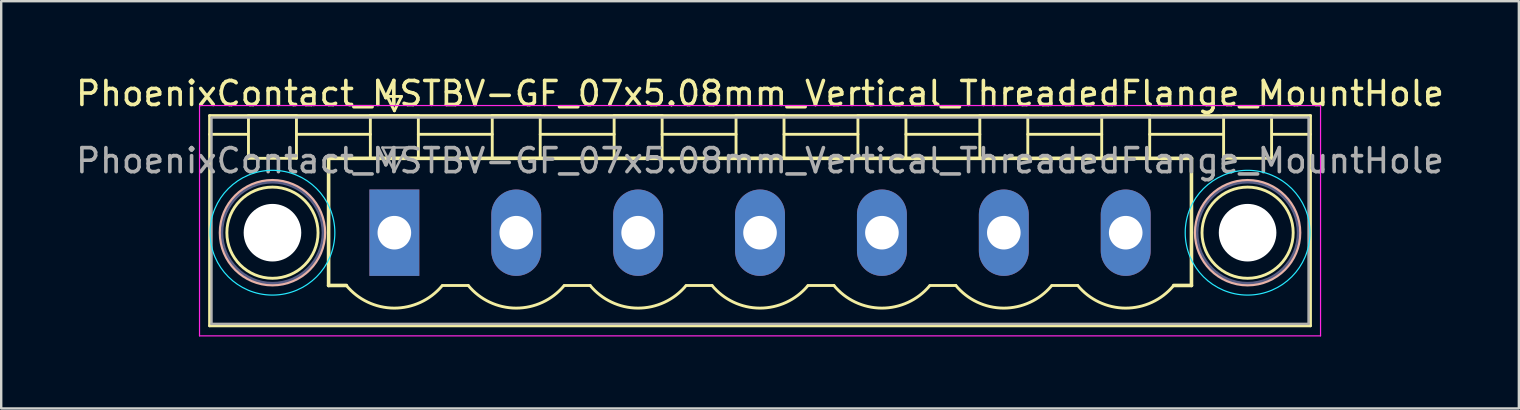
<source format=kicad_pcb>
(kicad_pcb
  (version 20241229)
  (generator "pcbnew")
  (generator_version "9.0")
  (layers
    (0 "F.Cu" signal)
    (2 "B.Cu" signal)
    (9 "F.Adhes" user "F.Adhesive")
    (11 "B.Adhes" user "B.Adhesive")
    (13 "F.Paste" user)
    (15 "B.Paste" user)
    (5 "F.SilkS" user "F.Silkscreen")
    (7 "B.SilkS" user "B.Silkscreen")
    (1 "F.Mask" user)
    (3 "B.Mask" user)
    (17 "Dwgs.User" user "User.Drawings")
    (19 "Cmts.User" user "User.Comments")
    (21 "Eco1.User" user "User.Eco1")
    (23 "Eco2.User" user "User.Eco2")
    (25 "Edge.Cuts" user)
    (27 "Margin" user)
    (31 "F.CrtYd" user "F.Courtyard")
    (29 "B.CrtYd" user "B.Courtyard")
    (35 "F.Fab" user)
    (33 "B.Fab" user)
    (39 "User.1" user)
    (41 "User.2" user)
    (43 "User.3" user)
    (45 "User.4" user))
  (footprint "PhoenixContact_MSTBV-GF_07x5.08mm_Vertical_ThreadedFlange_MountHole"
    (layer "F.Cu")
    (at 13.385 6.648)
    (property "Reference" "PhoenixContact_MSTBV-GF_07x5.08mm_Vertical_ThreadedFlange_MountHole" (at 15.24 -5.8 0) (layer "F.SilkS") (effects (font (size 1 1) (thickness 0.15))))
    (attr through_hole)
    (fp_line (start -7.7 -4.88) (end -7.7 3.88) (stroke (width 0.12) (type solid)) (layer "F.SilkS"))
    (fp_line (start -7.7 -4.1) (end -6.16 -4.1) (stroke (width 0.12) (type solid)) (layer "F.SilkS"))
    (fp_line (start -7.7 3.88) (end 38.18 3.88) (stroke (width 0.12) (type solid)) (layer "F.SilkS"))
    (fp_line (start -6.08 -4.88) (end -4.08 -4.88) (stroke (width 0.12) (type solid)) (layer "F.SilkS"))
    (fp_line (start -6.08 -3.1) (end -6.08 -4.88) (stroke (width 0.12) (type solid)) (layer "F.SilkS"))
    (fp_line (start -4.08 -4.88) (end -4.08 -3.1) (stroke (width 0.12) (type solid)) (layer "F.SilkS"))
    (fp_line (start -4.08 -4.1) (end -1 -4.1) (stroke (width 0.12) (type solid)) (layer "F.SilkS"))
    (fp_line (start -4.08 -3.1) (end -6.08 -3.1) (stroke (width 0.12) (type solid)) (layer "F.SilkS"))
    (fp_line (start -2.74 -3.1) (end 33.22 -3.1) (stroke (width 0.15) (type solid)) (layer "F.SilkS"))
    (fp_line (start -2.74 2.2) (end -2.74 -3.1) (stroke (width 0.15) (type solid)) (layer "F.SilkS"))
    (fp_line (start -2 2.2) (end -2.74 2.2) (stroke (width 0.15) (type solid)) (layer "F.SilkS"))
    (fp_line (start -1 -4.88) (end 1 -4.88) (stroke (width 0.12) (type solid)) (layer "F.SilkS"))
    (fp_line (start -1 -3.1) (end -1 -4.88) (stroke (width 0.12) (type solid)) (layer "F.SilkS"))
    (fp_line (start -0.3 -5.68) (end 0.3 -5.68) (stroke (width 0.12) (type solid)) (layer "F.SilkS"))
    (fp_line (start 0 -5.08) (end -0.3 -5.68) (stroke (width 0.12) (type solid)) (layer "F.SilkS"))
    (fp_line (start 0.3 -5.68) (end 0 -5.08) (stroke (width 0.12) (type solid)) (layer "F.SilkS"))
    (fp_line (start 1 -4.88) (end 1 -3.1) (stroke (width 0.12) (type solid)) (layer "F.SilkS"))
    (fp_line (start 1 -4.1) (end 4.08 -4.1) (stroke (width 0.12) (type solid)) (layer "F.SilkS"))
    (fp_line (start 1 -3.1) (end -1 -3.1) (stroke (width 0.12) (type solid)) (layer "F.SilkS"))
    (fp_line (start 2 2.2) (end 3.08 2.2) (stroke (width 0.12) (type solid)) (layer "F.SilkS"))
    (fp_line (start 4.08 -4.88) (end 6.08 -4.88) (stroke (width 0.12) (type solid)) (layer "F.SilkS"))
    (fp_line (start 4.08 -3.1) (end 4.08 -4.88) (stroke (width 0.12) (type solid)) (layer "F.SilkS"))
    (fp_line (start 6.08 -4.88) (end 6.08 -3.1) (stroke (width 0.12) (type solid)) (layer "F.SilkS"))
    (fp_line (start 6.08 -4.1) (end 9.16 -4.1) (stroke (width 0.12) (type solid)) (layer "F.SilkS"))
    (fp_line (start 6.08 -3.1) (end 4.08 -3.1) (stroke (width 0.12) (type solid)) (layer "F.SilkS"))
    (fp_line (start 7.08 2.2) (end 8.16 2.2) (stroke (width 0.12) (type solid)) (layer "F.SilkS"))
    (fp_line (start 9.16 -4.88) (end 11.16 -4.88) (stroke (width 0.12) (type solid)) (layer "F.SilkS"))
    (fp_line (start 9.16 -3.1) (end 9.16 -4.88) (stroke (width 0.12) (type solid)) (layer "F.SilkS"))
    (fp_line (start 11.16 -4.88) (end 11.16 -3.1) (stroke (width 0.12) (type solid)) (layer "F.SilkS"))
    (fp_line (start 11.16 -4.1) (end 14.24 -4.1) (stroke (width 0.12) (type solid)) (layer "F.SilkS"))
    (fp_line (start 11.16 -3.1) (end 9.16 -3.1) (stroke (width 0.12) (type solid)) (layer "F.SilkS"))
    (fp_line (start 12.16 2.2) (end 13.24 2.2) (stroke (width 0.12) (type solid)) (layer "F.SilkS"))
    (fp_line (start 14.24 -4.88) (end 16.24 -4.88) (stroke (width 0.12) (type solid)) (layer "F.SilkS"))
    (fp_line (start 14.24 -3.1) (end 14.24 -4.88) (stroke (width 0.12) (type solid)) (layer "F.SilkS"))
    (fp_line (start 16.24 -4.88) (end 16.24 -3.1) (stroke (width 0.12) (type solid)) (layer "F.SilkS"))
    (fp_line (start 16.24 -4.1) (end 19.32 -4.1) (stroke (width 0.12) (type solid)) (layer "F.SilkS"))
    (fp_line (start 16.24 -3.1) (end 14.24 -3.1) (stroke (width 0.12) (type solid)) (layer "F.SilkS"))
    (fp_line (start 17.24 2.2) (end 18.32 2.2) (stroke (width 0.12) (type solid)) (layer "F.SilkS"))
    (fp_line (start 19.32 -4.88) (end 21.32 -4.88) (stroke (width 0.12) (type solid)) (layer "F.SilkS"))
    (fp_line (start 19.32 -3.1) (end 19.32 -4.88) (stroke (width 0.12) (type solid)) (layer "F.SilkS"))
    (fp_line (start 21.32 -4.88) (end 21.32 -3.1) (stroke (width 0.12) (type solid)) (layer "F.SilkS"))
    (fp_line (start 21.32 -4.1) (end 24.4 -4.1) (stroke (width 0.12) (type solid)) (layer "F.SilkS"))
    (fp_line (start 21.32 -3.1) (end 19.32 -3.1) (stroke (width 0.12) (type solid)) (layer "F.SilkS"))
    (fp_line (start 22.32 2.2) (end 23.4 2.2) (stroke (width 0.12) (type solid)) (layer "F.SilkS"))
    (fp_line (start 24.4 -4.88) (end 26.4 -4.88) (stroke (width 0.12) (type solid)) (layer "F.SilkS"))
    (fp_line (start 24.4 -3.1) (end 24.4 -4.88) (stroke (width 0.12) (type solid)) (layer "F.SilkS"))
    (fp_line (start 26.4 -4.88) (end 26.4 -3.1) (stroke (width 0.12) (type solid)) (layer "F.SilkS"))
    (fp_line (start 26.4 -4.1) (end 29.48 -4.1) (stroke (width 0.12) (type solid)) (layer "F.SilkS"))
    (fp_line (start 26.4 -3.1) (end 24.4 -3.1) (stroke (width 0.12) (type solid)) (layer "F.SilkS"))
    (fp_line (start 27.4 2.2) (end 28.48 2.2) (stroke (width 0.12) (type solid)) (layer "F.SilkS"))
    (fp_line (start 29.48 -4.88) (end 31.48 -4.88) (stroke (width 0.12) (type solid)) (layer "F.SilkS"))
    (fp_line (start 29.48 -3.1) (end 29.48 -4.88) (stroke (width 0.12) (type solid)) (layer "F.SilkS"))
    (fp_line (start 31.48 -4.88) (end 31.48 -3.1) (stroke (width 0.12) (type solid)) (layer "F.SilkS"))
    (fp_line (start 31.48 -4.1) (end 34.56 -4.1) (stroke (width 0.12) (type solid)) (layer "F.SilkS"))
    (fp_line (start 31.48 -3.1) (end 29.48 -3.1) (stroke (width 0.12) (type solid)) (layer "F.SilkS"))
    (fp_line (start 33.22 -3.1) (end 33.22 2.2) (stroke (width 0.15) (type solid)) (layer "F.SilkS"))
    (fp_line (start 33.22 2.2) (end 32.48 2.2) (stroke (width 0.15) (type solid)) (layer "F.SilkS"))
    (fp_line (start 34.56 -4.88) (end 36.56 -4.88) (stroke (width 0.12) (type solid)) (layer "F.SilkS"))
    (fp_line (start 34.56 -3.1) (end 34.56 -4.88) (stroke (width 0.12) (type solid)) (layer "F.SilkS"))
    (fp_line (start 36.56 -4.88) (end 36.56 -3.1) (stroke (width 0.12) (type solid)) (layer "F.SilkS"))
    (fp_line (start 36.56 -3.1) (end 34.56 -3.1) (stroke (width 0.12) (type solid)) (layer "F.SilkS"))
    (fp_line (start 38.18 -4.88) (end -7.7 -4.88) (stroke (width 0.12) (type solid)) (layer "F.SilkS"))
    (fp_line (start 38.18 -4.1) (end 36.64 -4.1) (stroke (width 0.12) (type solid)) (layer "F.SilkS"))
    (fp_line (start 38.18 3.88) (end 38.18 -4.88) (stroke (width 0.12) (type solid)) (layer "F.SilkS"))
    (fp_arc (start 1.986842 2.215821) (mid -0.010289 3.142758) (end -2 2.2) (stroke (width 0.12) (type solid)) (layer "F.SilkS"))
    (fp_arc (start 7.066842 2.215821) (mid 5.069711 3.142758) (end 3.08 2.2) (stroke (width 0.12) (type solid)) (layer "F.SilkS"))
    (fp_arc (start 12.146842 2.215821) (mid 10.149711 3.142758) (end 8.16 2.2) (stroke (width 0.12) (type solid)) (layer "F.SilkS"))
    (fp_arc (start 17.226842 2.215821) (mid 15.229711 3.142758) (end 13.24 2.2) (stroke (width 0.12) (type solid)) (layer "F.SilkS"))
    (fp_arc (start 22.306842 2.215821) (mid 20.309711 3.142758) (end 18.32 2.2) (stroke (width 0.12) (type solid)) (layer "F.SilkS"))
    (fp_arc (start 27.386842 2.215821) (mid 25.389711 3.142758) (end 23.4 2.2) (stroke (width 0.12) (type solid)) (layer "F.SilkS"))
    (fp_arc (start 32.466842 2.215821) (mid 30.469711 3.142758) (end 28.48 2.2) (stroke (width 0.12) (type solid)) (layer "F.SilkS"))
    (fp_circle (center -5.08 0) (end -3.18 0) (stroke (width 0.12) (type solid)) (fill no) (layer "F.SilkS"))
    (fp_circle (center 35.56 0) (end 37.46 0) (stroke (width 0.12) (type solid)) (fill no) (layer "F.SilkS"))
    (fp_circle (center -5.08 0) (end -2.9 0) (stroke (width 0.12) (type solid)) (fill no) (layer "B.SilkS"))
    (fp_circle (center 35.56 0) (end 37.74 0) (stroke (width 0.12) (type solid)) (fill no) (layer "B.SilkS"))
    (fp_circle (center -5.08 0) (end -2.48 0) (stroke (width 0.05) (type solid)) (fill no) (layer "B.CrtYd"))
    (fp_circle (center 35.56 0) (end 38.16 0) (stroke (width 0.05) (type solid)) (fill no) (layer "B.CrtYd"))
    (fp_line (start -8.12 -5.3) (end -8.12 4.3) (stroke (width 0.05) (type solid)) (layer "F.CrtYd"))
    (fp_line (start -8.12 4.3) (end 38.6 4.3) (stroke (width 0.05) (type solid)) (layer "F.CrtYd"))
    (fp_line (start 38.6 -5.3) (end -8.12 -5.3) (stroke (width 0.05) (type solid)) (layer "F.CrtYd"))
    (fp_line (start 38.6 4.3) (end 38.6 -5.3) (stroke (width 0.05) (type solid)) (layer "F.CrtYd"))
    (fp_circle (center -5.08 0) (end -2.98 0) (stroke (width 0.1) (type solid)) (fill no) (layer "B.Fab"))
    (fp_circle (center 35.56 0) (end 37.66 0) (stroke (width 0.1) (type solid)) (fill no) (layer "B.Fab"))
    (fp_line (start -7.62 -4.8) (end -7.62 3.8) (stroke (width 0.1) (type solid)) (layer "F.Fab"))
    (fp_line (start -7.62 3.8) (end 38.1 3.8) (stroke (width 0.1) (type solid)) (layer "F.Fab"))
    (fp_line (start -0.5 -3.55) (end 0.5 -3.55) (stroke (width 0.1) (type solid)) (layer "F.Fab"))
    (fp_line (start 0 -2.55) (end -0.5 -3.55) (stroke (width 0.1) (type solid)) (layer "F.Fab"))
    (fp_line (start 0.5 -3.55) (end 0 -2.55) (stroke (width 0.1) (type solid)) (layer "F.Fab"))
    (fp_line (start 38.1 -4.8) (end -7.62 -4.8) (stroke (width 0.1) (type solid)) (layer "F.Fab"))
    (fp_line (start 38.1 3.8) (end 38.1 -4.8) (stroke (width 0.1) (type solid)) (layer "F.Fab"))
    (fp_text user "${REFERENCE}" (at 15.24 -3 0) (layer "F.Fab") (effects (font (size 1 1) (thickness 0.15))))
    (pad "" np_thru_hole circle (at -5.08 0) (size 2.4 2.4) (drill 2.4) (layers "*.Cu" "*.Mask"))
    (pad "" np_thru_hole circle (at 35.56 0) (size 2.4 2.4) (drill 2.4) (layers "*.Cu" "*.Mask"))
    (pad "1" thru_hole rect (at 0 0) (size 2.08 3.6) (drill 1.4) (layers "*.Cu" "*.Mask"))
    (pad "2" thru_hole oval (at 5.08 0) (size 2.08 3.6) (drill 1.4) (layers "*.Cu" "*.Mask"))
    (pad "3" thru_hole oval (at 10.16 0) (size 2.08 3.6) (drill 1.4) (layers "*.Cu" "*.Mask"))
    (pad "4" thru_hole oval (at 15.24 0) (size 2.08 3.6) (drill 1.4) (layers "*.Cu" "*.Mask"))
    (pad "5" thru_hole oval (at 20.32 0) (size 2.08 3.6) (drill 1.4) (layers "*.Cu" "*.Mask"))
    (pad "6" thru_hole oval (at 25.4 0) (size 2.08 3.6) (drill 1.4) (layers "*.Cu" "*.Mask"))
    (pad "7" thru_hole oval (at 30.48 0) (size 2.08 3.6) (drill 1.4) (layers "*.Cu" "*.Mask")))
  (gr_rect
    (start -3 -3)
    (end 60.25 13.973)
    (stroke (width 0.1) (type default))
    (fill no)
    (layer "Edge.Cuts")))
</source>
